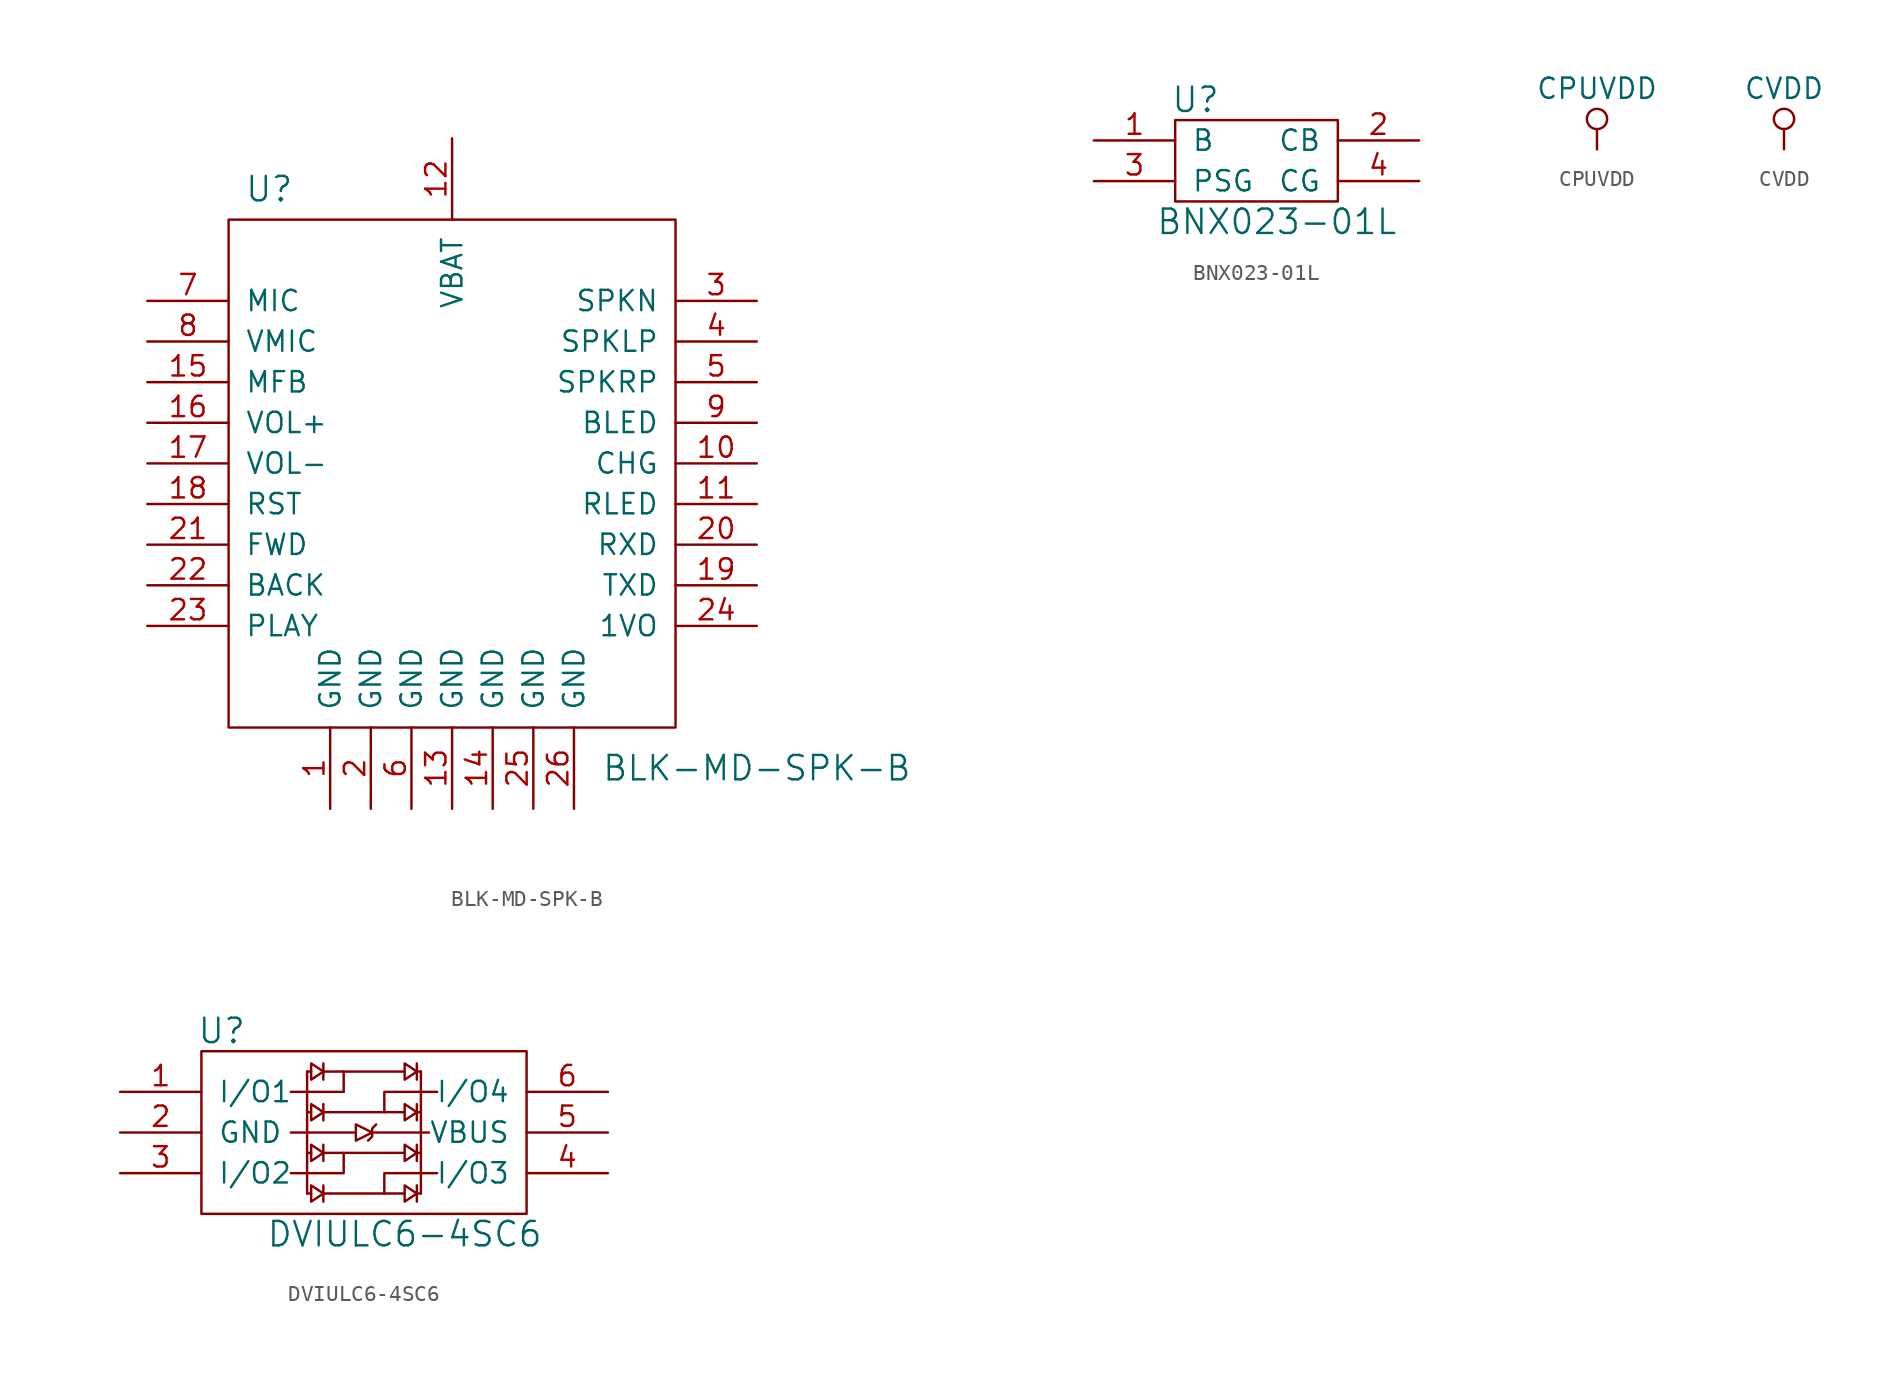
<source format=kicad_sym>
(kicad_symbol_lib
  (version 20211014)
  (generator kicad_symbol_editor)
  (symbol "BLK-MD-SPK-B"
    (pin_names
      (offset 1.016))
    (property "Reference" "U"
      (at -11.43 13.335 0)
      (effects (font (size 1.524 1.524))))
    (property "Value" "BLK-MD-SPK-B"
      (at 19.05 -22.86 0)
      (effects (font (size 1.524 1.524))))
    (symbol "BLK-MD-SPK-B_0_1"
      (rectangle (start -13.97 11.43) (end 13.97 -20.32) (stroke (width 0) (type default) (color 0 0 0 0)) (fill (type none))))
    (symbol "BLK-MD-SPK-B_1_1"
      (pin power_in line (at -7.62 -25.4 90) (length 5.08) (name "GND" (effects (font (size 1.27 1.27)))) (number "1" (effects (font (size 1.27 1.27)))))
      (pin power_out line (at 19.05 -3.81 180) (length 5.08) (name "CHG" (effects (font (size 1.27 1.27)))) (number "10" (effects (font (size 1.27 1.27)))))
      (pin open_emitter line (at 19.05 -6.35 180) (length 5.08) (name "RLED" (effects (font (size 1.27 1.27)))) (number "11" (effects (font (size 1.27 1.27)))))
      (pin power_in line (at 0 16.51 270) (length 5.08) (name "VBAT" (effects (font (size 1.27 1.27)))) (number "12" (effects (font (size 1.27 1.27)))))
      (pin power_in line (at 0 -25.4 90) (length 5.08) (name "GND" (effects (font (size 1.27 1.27)))) (number "13" (effects (font (size 1.27 1.27)))))
      (pin power_in line (at 2.54 -25.4 90) (length 5.08) (name "GND" (effects (font (size 1.27 1.27)))) (number "14" (effects (font (size 1.27 1.27)))))
      (pin input line (at -19.05 1.27 0) (length 5.08) (name "MFB" (effects (font (size 1.27 1.27)))) (number "15" (effects (font (size 1.27 1.27)))))
      (pin input line (at -19.05 -1.27 0) (length 5.08) (name "VOL+" (effects (font (size 1.27 1.27)))) (number "16" (effects (font (size 1.27 1.27)))))
      (pin input line (at -19.05 -3.81 0) (length 5.08) (name "VOL-" (effects (font (size 1.27 1.27)))) (number "17" (effects (font (size 1.27 1.27)))))
      (pin input line (at -19.05 -6.35 0) (length 5.08) (name "RST" (effects (font (size 1.27 1.27)))) (number "18" (effects (font (size 1.27 1.27)))))
      (pin output line (at 19.05 -11.43 180) (length 5.08) (name "TXD" (effects (font (size 1.27 1.27)))) (number "19" (effects (font (size 1.27 1.27)))))
      (pin power_in line (at -5.08 -25.4 90) (length 5.08) (name "GND" (effects (font (size 1.27 1.27)))) (number "2" (effects (font (size 1.27 1.27)))))
      (pin input line (at 19.05 -8.89 180) (length 5.08) (name "RXD" (effects (font (size 1.27 1.27)))) (number "20" (effects (font (size 1.27 1.27)))))
      (pin input line (at -19.05 -8.89 0) (length 5.08) (name "FWD" (effects (font (size 1.27 1.27)))) (number "21" (effects (font (size 1.27 1.27)))))
      (pin input line (at -19.05 -11.43 0) (length 5.08) (name "BACK" (effects (font (size 1.27 1.27)))) (number "22" (effects (font (size 1.27 1.27)))))
      (pin input line (at -19.05 -13.97 0) (length 5.08) (name "PLAY" (effects (font (size 1.27 1.27)))) (number "23" (effects (font (size 1.27 1.27)))))
      (pin power_out line (at 19.05 -13.97 180) (length 5.08) (name "1VO" (effects (font (size 1.27 1.27)))) (number "24" (effects (font (size 1.27 1.27)))))
      (pin power_in line (at 5.08 -25.4 90) (length 5.08) (name "GND" (effects (font (size 1.27 1.27)))) (number "25" (effects (font (size 1.27 1.27)))))
      (pin power_in line (at 7.62 -25.4 90) (length 5.08) (name "GND" (effects (font (size 1.27 1.27)))) (number "26" (effects (font (size 1.27 1.27)))))
      (pin output line (at 19.05 6.35 180) (length 5.08) (name "SPKN" (effects (font (size 1.27 1.27)))) (number "3" (effects (font (size 1.27 1.27)))))
      (pin output line (at 19.05 3.81 180) (length 5.08) (name "SPKLP" (effects (font (size 1.27 1.27)))) (number "4" (effects (font (size 1.27 1.27)))))
      (pin output line (at 19.05 1.27 180) (length 5.08) (name "SPKRP" (effects (font (size 1.27 1.27)))) (number "5" (effects (font (size 1.27 1.27)))))
      (pin power_in line (at -2.54 -25.4 90) (length 5.08) (name "GND" (effects (font (size 1.27 1.27)))) (number "6" (effects (font (size 1.27 1.27)))))
      (pin input line (at -19.05 6.35 0) (length 5.08) (name "MIC" (effects (font (size 1.27 1.27)))) (number "7" (effects (font (size 1.27 1.27)))))
      (pin input line (at -19.05 3.81 0) (length 5.08) (name "VMIC" (effects (font (size 1.27 1.27)))) (number "8" (effects (font (size 1.27 1.27)))))
      (pin open_collector line (at 19.05 -1.27 180) (length 5.08) (name "BLED" (effects (font (size 1.27 1.27)))) (number "9" (effects (font (size 1.27 1.27)))))))
  (symbol "BNX023-01L"
    (pin_names
      (offset 1.016))
    (property "Reference" "U"
      (at -3.81 2.54 0)
      (effects (font (size 1.524 1.524))))
    (property "Value" "BNX023-01L"
      (at 1.27 -5.08 0)
      (effects (font (size 1.524 1.524))))
    (property "Footprint" ""
      (at 0 0 0)
      (effects (font (size 1.524 1.524))))
    (property "Datasheet" ""
      (at 0 0 0)
      (effects (font (size 1.524 1.524))))
    (symbol "BNX023-01L_0_1"
      (rectangle (start -5.08 1.27) (end 5.08 -3.81) (stroke (width 0) (type default) (color 0 0 0 0)) (fill (type none))))
    (symbol "BNX023-01L_1_1"
      (pin power_in line (at -10.16 0 0) (length 5.08) (name "B" (effects (font (size 1.27 1.27)))) (number "1" (effects (font (size 1.27 1.27)))))
      (pin power_out line (at 10.16 0 180) (length 5.08) (name "CB" (effects (font (size 1.27 1.27)))) (number "2" (effects (font (size 1.27 1.27)))))
      (pin power_in line (at -10.16 -2.54 0) (length 5.08) (name "PSG" (effects (font (size 1.27 1.27)))) (number "3" (effects (font (size 1.27 1.27)))))
      (pin power_out line (at 10.16 -2.54 180) (length 5.08) (name "CG" (effects (font (size 1.27 1.27)))) (number "4" (effects (font (size 1.27 1.27)))))))
  (symbol "CPUVDD"
    (power)
    (pin_names
      (offset 0))
    (property "Reference" "#PWR"
      (at 0 -3.81 0)
      (effects (font (size 1.27 1.27)) hide))
    (property "Value" "CPUVDD"
      (at 0 3.81 0)
      (effects (font (size 1.27 1.27))))
    (property "Footprint" ""
      (at 0 0 0)
      (effects (font (size 1.27 1.27))))
    (property "Datasheet" ""
      (at 0 0 0)
      (effects (font (size 1.27 1.27))))
    (symbol "CPUVDD_0_1"
      (polyline (pts (xy 0 0) (xy 0 1.27)) (stroke (width 0) (type default) (color 0 0 0 0)) (fill (type none)))
      (circle (center 0 1.905) (radius 0.635) (stroke (width 0) (type default) (color 0 0 0 0)) (fill (type none))))
    (symbol "CPUVDD_1_1"
      (pin power_in line (at 0 0 90) (length 0) hide (name "CPUVDD" (effects (font (size 1.27 1.27)))) (number "1" (effects (font (size 1.27 1.27)))))))
  (symbol "CVDD"
    (power)
    (pin_names
      (offset 0))
    (property "Reference" "#PWR"
      (at 0 -3.81 0)
      (effects (font (size 1.27 1.27)) hide))
    (property "Value" "CVDD"
      (at 0 3.81 0)
      (effects (font (size 1.27 1.27))))
    (property "Footprint" ""
      (at 0 0 0)
      (effects (font (size 1.27 1.27))))
    (property "Datasheet" ""
      (at 0 0 0)
      (effects (font (size 1.27 1.27))))
    (symbol "CVDD_0_1"
      (polyline (pts (xy 0 0) (xy 0 1.27)) (stroke (width 0) (type default) (color 0 0 0 0)) (fill (type none)))
      (circle (center 0 1.905) (radius 0.635) (stroke (width 0) (type default) (color 0 0 0 0)) (fill (type none))))
    (symbol "CVDD_1_1"
      (pin power_in line (at 0 0 90) (length 0) hide (name "CVDD" (effects (font (size 1.27 1.27)))) (number "1" (effects (font (size 1.27 1.27)))))))
  (symbol "DVIULC6-4SC6"
    (pin_names
      (offset 1.016))
    (property "Reference" "U"
      (at -8.89 6.35 0)
      (effects (font (size 1.524 1.524))))
    (property "Value" "DVIULC6-4SC6"
      (at 2.54 -6.35 0)
      (effects (font (size 1.524 1.524))))
    (property "Footprint" ""
      (at 0 0 0)
      (effects (font (size 1.524 1.524))))
    (property "Datasheet" ""
      (at 0 0 0)
      (effects (font (size 1.524 1.524))))
    (symbol "DVIULC6-4SC6_0_1"
      (rectangle (start -10.16 5.08) (end 10.16 -5.08) (stroke (width 0) (type default) (color 0 0 0 0)) (fill (type none)))
      (polyline (pts (xy -3.556 0) (xy -4.572 0)) (stroke (width 0) (type default) (color 0 0 0 0)) (fill (type none)))
      (polyline (pts (xy -3.556 3.81) (xy -3.556 -3.81)) (stroke (width 0) (type default) (color 0 0 0 0)) (fill (type none)))
      (polyline (pts (xy -3.302 -3.81) (xy -3.556 -3.81)) (stroke (width 0) (type default) (color 0 0 0 0)) (fill (type none)))
      (polyline (pts (xy -3.302 -1.27) (xy -3.556 -1.27)) (stroke (width 0) (type default) (color 0 0 0 0)) (fill (type none)))
      (polyline (pts (xy -3.302 1.27) (xy -3.556 1.27)) (stroke (width 0) (type default) (color 0 0 0 0)) (fill (type none)))
      (polyline (pts (xy -3.302 3.81) (xy -3.556 3.81)) (stroke (width 0) (type default) (color 0 0 0 0)) (fill (type none)))
      (polyline (pts (xy -2.54 -3.81) (xy 2.54 -3.81)) (stroke (width 0) (type default) (color 0 0 0 0)) (fill (type none)))
      (polyline (pts (xy -2.54 -3.302) (xy -2.54 -4.318)) (stroke (width 0) (type default) (color 0 0 0 0)) (fill (type none)))
      (polyline (pts (xy -2.54 -1.27) (xy 2.54 -1.27)) (stroke (width 0) (type default) (color 0 0 0 0)) (fill (type none)))
      (polyline (pts (xy -2.54 -0.762) (xy -2.54 -1.778)) (stroke (width 0) (type default) (color 0 0 0 0)) (fill (type none)))
      (polyline (pts (xy -2.54 1.27) (xy 2.54 1.27)) (stroke (width 0) (type default) (color 0 0 0 0)) (fill (type none)))
      (polyline (pts (xy -2.54 1.778) (xy -2.54 0.762)) (stroke (width 0) (type default) (color 0 0 0 0)) (fill (type none)))
      (polyline (pts (xy -2.54 3.81) (xy 2.54 3.81)) (stroke (width 0) (type default) (color 0 0 0 0)) (fill (type none)))
      (polyline (pts (xy -2.54 4.318) (xy -2.54 3.302)) (stroke (width 0) (type default) (color 0 0 0 0)) (fill (type none)))
      (polyline (pts (xy -1.27 2.54) (xy -4.572 2.54)) (stroke (width 0) (type default) (color 0 0 0 0)) (fill (type none)))
      (polyline (pts (xy -1.27 3.81) (xy -1.27 2.54)) (stroke (width 0) (type default) (color 0 0 0 0)) (fill (type none)))
      (polyline (pts (xy -0.508 0) (xy -3.556 0)) (stroke (width 0) (type default) (color 0 0 0 0)) (fill (type none)))
      (polyline (pts (xy 0.508 0) (xy 3.556 0)) (stroke (width 0) (type default) (color 0 0 0 0)) (fill (type none)))
      (polyline (pts (xy 3.302 -3.81) (xy 3.556 -3.81)) (stroke (width 0) (type default) (color 0 0 0 0)) (fill (type none)))
      (polyline (pts (xy 3.302 -3.302) (xy 3.302 -4.318)) (stroke (width 0) (type default) (color 0 0 0 0)) (fill (type none)))
      (polyline (pts (xy 3.302 -1.778) (xy 3.302 -0.762)) (stroke (width 0) (type default) (color 0 0 0 0)) (fill (type none)))
      (polyline (pts (xy 3.302 -1.27) (xy 3.556 -1.27)) (stroke (width 0) (type default) (color 0 0 0 0)) (fill (type none)))
      (polyline (pts (xy 3.302 1.27) (xy 3.556 1.27)) (stroke (width 0) (type default) (color 0 0 0 0)) (fill (type none)))
      (polyline (pts (xy 3.302 1.778) (xy 3.302 0.762)) (stroke (width 0) (type default) (color 0 0 0 0)) (fill (type none)))
      (polyline (pts (xy 3.302 3.81) (xy 3.556 3.81)) (stroke (width 0) (type default) (color 0 0 0 0)) (fill (type none)))
      (polyline (pts (xy 3.302 4.318) (xy 3.302 3.302)) (stroke (width 0) (type default) (color 0 0 0 0)) (fill (type none)))
      (polyline (pts (xy 3.556 0) (xy 4.064 0)) (stroke (width 0) (type default) (color 0 0 0 0)) (fill (type none)))
      (polyline (pts (xy 3.556 3.81) (xy 3.556 -3.81)) (stroke (width 0) (type default) (color 0 0 0 0)) (fill (type none)))
      (polyline (pts (xy -4.572 -2.54) (xy -1.27 -2.54) (xy -1.27 -1.27)) (stroke (width 0) (type default) (color 0 0 0 0)) (fill (type none)))
      (polyline (pts (xy 1.27 -3.81) (xy 1.27 -2.54) (xy 4.572 -2.54)) (stroke (width 0) (type default) (color 0 0 0 0)) (fill (type none)))
      (polyline (pts (xy 1.27 1.27) (xy 1.27 2.54) (xy 4.572 2.54)) (stroke (width 0) (type default) (color 0 0 0 0)) (fill (type none)))
      (polyline (pts (xy -3.302 -3.302) (xy -3.302 -4.318) (xy -2.54 -3.81) (xy -3.302 -3.302)) (stroke (width 0) (type default) (color 0 0 0 0)) (fill (type none)))
      (polyline (pts (xy -3.302 -0.762) (xy -3.302 -1.778) (xy -2.54 -1.27) (xy -3.302 -0.762)) (stroke (width 0) (type default) (color 0 0 0 0)) (fill (type none)))
      (polyline (pts (xy -3.302 1.778) (xy -3.302 0.762) (xy -2.54 1.27) (xy -3.302 1.778)) (stroke (width 0) (type default) (color 0 0 0 0)) (fill (type none)))
      (polyline (pts (xy -3.302 3.302) (xy -3.302 4.318) (xy -2.54 3.81) (xy -3.302 3.302)) (stroke (width 0) (type default) (color 0 0 0 0)) (fill (type none)))
      (polyline (pts (xy -0.508 0.508) (xy -0.508 -0.508) (xy 0.508 0) (xy -0.508 0.508)) (stroke (width 0) (type default) (color 0 0 0 0)) (fill (type none)))
      (polyline (pts (xy 0.762 0.508) (xy 0.508 0.254) (xy 0.508 -0.254) (xy 0.254 -0.508)) (stroke (width 0) (type default) (color 0 0 0 0)) (fill (type none)))
      (polyline (pts (xy 2.54 -3.302) (xy 2.54 -4.318) (xy 3.302 -3.81) (xy 2.54 -3.302)) (stroke (width 0) (type default) (color 0 0 0 0)) (fill (type none)))
      (polyline (pts (xy 2.54 3.302) (xy 2.54 4.318) (xy 3.302 3.81) (xy 2.54 3.302)) (stroke (width 0) (type default) (color 0 0 0 0)) (fill (type none)))
      (polyline (pts (xy 3.302 -1.27) (xy 2.54 -0.762) (xy 2.54 -1.778) (xy 3.302 -1.27)) (stroke (width 0) (type default) (color 0 0 0 0)) (fill (type none)))
      (polyline (pts (xy 3.302 1.27) (xy 2.54 0.762) (xy 2.54 1.778) (xy 3.302 1.27)) (stroke (width 0) (type default) (color 0 0 0 0)) (fill (type none))))
    (symbol "DVIULC6-4SC6_1_1"
      (pin passive line (at -15.24 2.54 0) (length 5.08) (name "I/O1" (effects (font (size 1.27 1.27)))) (number "1" (effects (font (size 1.27 1.27)))))
      (pin passive line (at -15.24 0 0) (length 5.08) (name "GND" (effects (font (size 1.27 1.27)))) (number "2" (effects (font (size 1.27 1.27)))))
      (pin passive line (at -15.24 -2.54 0) (length 5.08) (name "I/O2" (effects (font (size 1.27 1.27)))) (number "3" (effects (font (size 1.27 1.27)))))
      (pin passive line (at 15.24 -2.54 180) (length 5.08) (name "I/O3" (effects (font (size 1.27 1.27)))) (number "4" (effects (font (size 1.27 1.27)))))
      (pin passive line (at 15.24 0 180) (length 5.08) (name "VBUS" (effects (font (size 1.27 1.27)))) (number "5" (effects (font (size 1.27 1.27)))))
      (pin passive line (at 15.24 2.54 180) (length 5.08) (name "I/O4" (effects (font (size 1.27 1.27)))) (number "6" (effects (font (size 1.27 1.27))))))))
</source>
